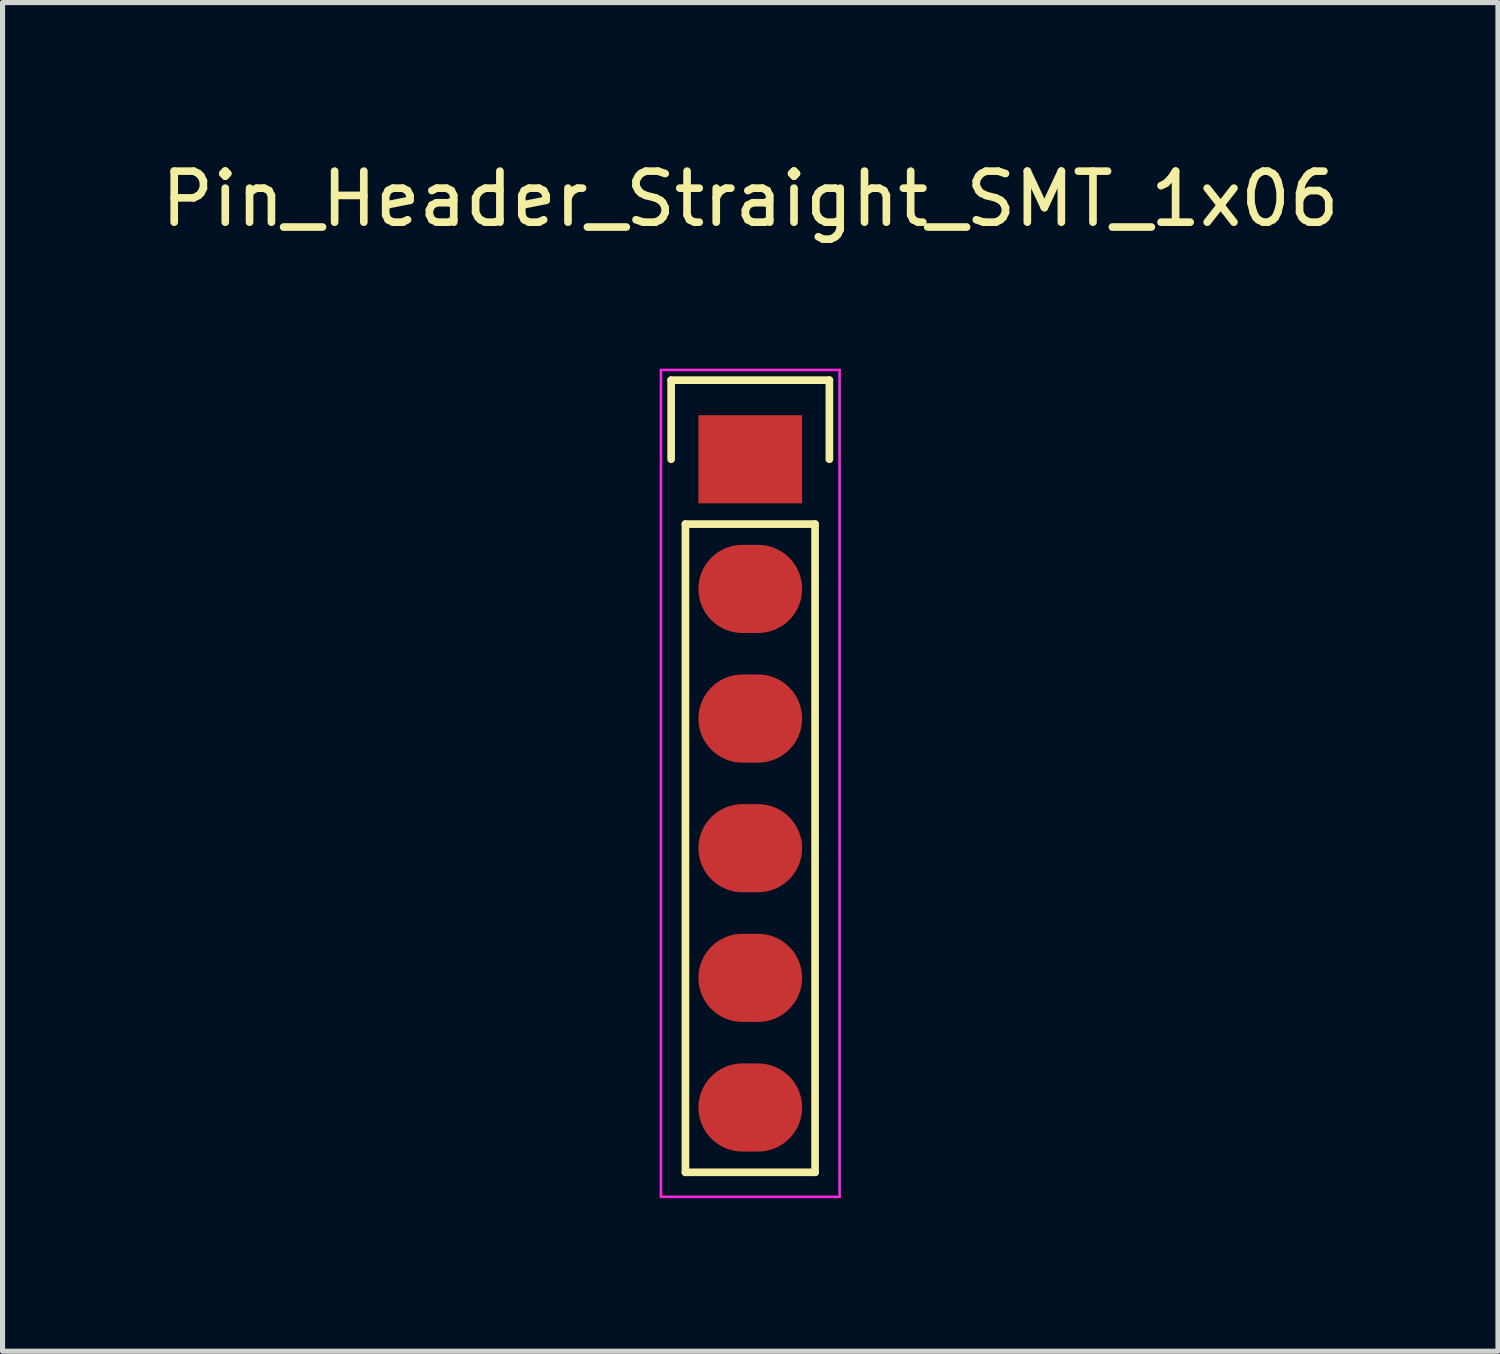
<source format=kicad_pcb>
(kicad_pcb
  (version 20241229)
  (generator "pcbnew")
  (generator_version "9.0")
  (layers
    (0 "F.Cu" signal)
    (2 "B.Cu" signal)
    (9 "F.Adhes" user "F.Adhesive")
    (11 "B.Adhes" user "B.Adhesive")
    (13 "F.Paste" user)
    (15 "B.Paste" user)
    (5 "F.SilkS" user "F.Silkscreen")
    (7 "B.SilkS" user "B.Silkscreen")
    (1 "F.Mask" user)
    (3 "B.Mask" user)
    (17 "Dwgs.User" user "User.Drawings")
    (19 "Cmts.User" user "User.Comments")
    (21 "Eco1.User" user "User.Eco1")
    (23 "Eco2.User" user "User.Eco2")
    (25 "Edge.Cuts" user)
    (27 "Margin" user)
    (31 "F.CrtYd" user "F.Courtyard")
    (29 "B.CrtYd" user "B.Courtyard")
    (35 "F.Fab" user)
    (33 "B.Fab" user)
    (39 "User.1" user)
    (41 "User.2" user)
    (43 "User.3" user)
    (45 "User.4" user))
  (footprint "Pin_Header_Straight_SMT_1x06"
    (layer "F.Cu")
    (at 11.649 5.948)
    (property "Reference" "Pin_Header_Straight_SMT_1x06" (at 0 -5.1 0) (layer "F.SilkS") (effects (font (size 1 1) (thickness 0.15))))
    (attr through_hole)
    (fp_line (start -1.55 -1.55) (end 1.55 -1.55) (stroke (width 0.15) (type solid)) (layer "F.SilkS"))
    (fp_line (start -1.55 0) (end -1.55 -1.55) (stroke (width 0.15) (type solid)) (layer "F.SilkS"))
    (fp_line (start -1.27 13.97) (end -1.27 1.27) (stroke (width 0.15) (type solid)) (layer "F.SilkS"))
    (fp_line (start 1.27 1.27) (end -1.27 1.27) (stroke (width 0.15) (type solid)) (layer "F.SilkS"))
    (fp_line (start 1.27 1.27) (end 1.27 13.97) (stroke (width 0.15) (type solid)) (layer "F.SilkS"))
    (fp_line (start 1.27 13.97) (end -1.27 13.97) (stroke (width 0.15) (type solid)) (layer "F.SilkS"))
    (fp_line (start 1.55 -1.55) (end 1.55 0) (stroke (width 0.15) (type solid)) (layer "F.SilkS"))
    (fp_line (start -1.75 -1.75) (end -1.75 14.45) (stroke (width 0.05) (type solid)) (layer "F.CrtYd"))
    (fp_line (start -1.75 -1.75) (end 1.75 -1.75) (stroke (width 0.05) (type solid)) (layer "F.CrtYd"))
    (fp_line (start -1.75 14.45) (end 1.75 14.45) (stroke (width 0.05) (type solid)) (layer "F.CrtYd"))
    (fp_line (start 1.75 -1.75) (end 1.75 14.45) (stroke (width 0.05) (type solid)) (layer "F.CrtYd"))
    (pad "1" smd rect (at 0 0) (size 2.032 1.727) (layers "F.Cu" "F.Mask" "F.Paste"))
    (pad "2" smd oval (at 0 2.54) (size 2.032 1.727) (layers "F.Cu" "F.Mask" "F.Paste"))
    (pad "3" smd oval (at 0 5.08) (size 2.032 1.727) (layers "F.Cu" "F.Mask" "F.Paste"))
    (pad "4" smd oval (at 0 7.62) (size 2.032 1.727) (layers "F.Cu" "F.Mask" "F.Paste"))
    (pad "5" smd oval (at 0 10.16) (size 2.032 1.727) (layers "F.Cu" "F.Mask" "F.Paste"))
    (pad "6" smd oval (at 0 12.7) (size 2.032 1.727) (layers "F.Cu" "F.Mask" "F.Paste")))
  (gr_rect
    (start -3 -3)
    (end 26.298 23.423)
    (stroke (width 0.1) (type default))
    (fill no)
    (layer "Edge.Cuts")))
</source>
